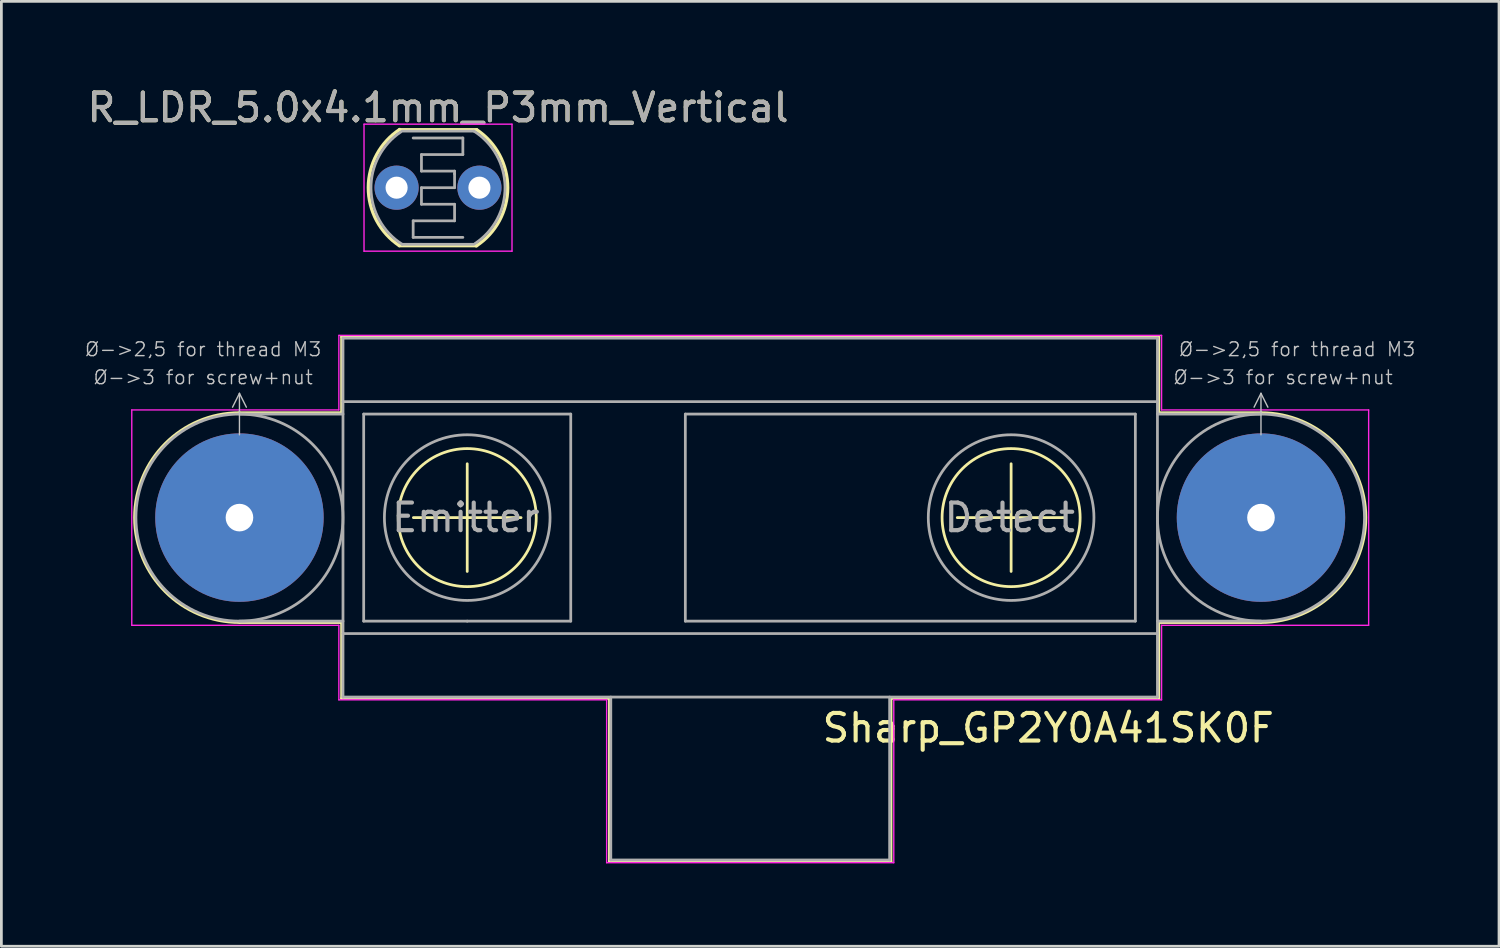
<source format=kicad_pcb>
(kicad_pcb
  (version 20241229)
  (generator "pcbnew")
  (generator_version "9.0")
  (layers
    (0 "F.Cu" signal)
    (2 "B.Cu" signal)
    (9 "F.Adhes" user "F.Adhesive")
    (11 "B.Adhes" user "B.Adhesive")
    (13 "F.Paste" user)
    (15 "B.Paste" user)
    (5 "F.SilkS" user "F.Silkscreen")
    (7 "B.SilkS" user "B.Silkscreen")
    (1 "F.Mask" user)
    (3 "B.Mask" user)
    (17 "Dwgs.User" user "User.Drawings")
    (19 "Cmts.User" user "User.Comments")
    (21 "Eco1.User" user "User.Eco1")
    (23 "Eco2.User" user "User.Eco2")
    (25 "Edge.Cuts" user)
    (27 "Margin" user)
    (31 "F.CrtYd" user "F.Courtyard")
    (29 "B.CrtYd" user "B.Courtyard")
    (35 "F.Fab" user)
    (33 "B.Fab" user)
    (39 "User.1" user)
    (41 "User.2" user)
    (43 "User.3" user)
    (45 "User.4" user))
  (footprint "Sharp_GP2Y0A41SK0F"
    (layer "F.Cu")
    (at 24.123 15.698)
    (property "Reference" "Sharp_GP2Y0A41SK0F" (at 10.795 7.62 0) (layer "F.SilkS") (effects (font (size 1 1) (thickness 0.15))))
    (attr exclude_from_pos_files exclude_from_bom)
    (fp_line (start -18.5 -3.8) (end -14.8 -3.8) (stroke (width 0.1) (type solid)) (layer "F.SilkS"))
    (fp_line (start -14.8 -6.55) (end 14.8 -6.55) (stroke (width 0.1) (type solid)) (layer "F.SilkS"))
    (fp_line (start -14.8 -3.8) (end -14.8 -6.55) (stroke (width 0.1) (type solid)) (layer "F.SilkS"))
    (fp_line (start -14.8 3.8) (end -18.5 3.8) (stroke (width 0.1) (type solid)) (layer "F.SilkS"))
    (fp_line (start -14.8 6.55) (end -14.8 3.8) (stroke (width 0.1) (type solid)) (layer "F.SilkS"))
    (fp_line (start -12.2 0) (end -8.3 0) (stroke (width 0.1) (type solid)) (layer "F.SilkS"))
    (fp_line (start -10.25 -1.95) (end -10.25 1.95) (stroke (width 0.1) (type solid)) (layer "F.SilkS"))
    (fp_line (start -5.1 6.55) (end -14.8 6.55) (stroke (width 0.1) (type solid)) (layer "F.SilkS"))
    (fp_line (start -5.1 12.45) (end -5.1 6.55) (stroke (width 0.1) (type solid)) (layer "F.SilkS"))
    (fp_line (start 5.1 6.55) (end 5.1 12.45) (stroke (width 0.1) (type solid)) (layer "F.SilkS"))
    (fp_line (start 5.1 12.45) (end -5.1 12.45) (stroke (width 0.1) (type solid)) (layer "F.SilkS"))
    (fp_line (start 7.5 0) (end 11.4 0) (stroke (width 0.1) (type solid)) (layer "F.SilkS"))
    (fp_line (start 9.45 -1.95) (end 9.45 1.95) (stroke (width 0.1) (type solid)) (layer "F.SilkS"))
    (fp_line (start 14.8 -6.55) (end 14.8 -3.8) (stroke (width 0.1) (type solid)) (layer "F.SilkS"))
    (fp_line (start 14.8 -3.8) (end 18.5 -3.8) (stroke (width 0.1) (type solid)) (layer "F.SilkS"))
    (fp_line (start 14.8 3.8) (end 14.8 6.55) (stroke (width 0.1) (type solid)) (layer "F.SilkS"))
    (fp_line (start 14.8 6.55) (end 5.1 6.55) (stroke (width 0.1) (type solid)) (layer "F.SilkS"))
    (fp_line (start 18.5 3.8) (end 14.8 3.8) (stroke (width 0.1) (type solid)) (layer "F.SilkS"))
    (fp_arc (start -18.5 3.8) (mid -22.3 0) (end -18.5 -3.8) (stroke (width 0.1) (type solid)) (layer "F.SilkS"))
    (fp_arc (start 18.5 -3.8) (mid 22.3 0) (end 18.5 3.8) (stroke (width 0.1) (type solid)) (layer "F.SilkS"))
    (fp_circle (center -10.25 0) (end -7.75 0) (stroke (width 0.1) (type solid)) (fill no) (layer "F.SilkS"))
    (fp_circle (center 9.45 0) (end 11.95 0) (stroke (width 0.1) (type solid)) (fill no) (layer "F.SilkS"))
    (fp_line (start -18.5 -4.5) (end -18.75 -4) (stroke (width 0.05) (type solid)) (layer "Dwgs.User"))
    (fp_line (start -18.5 -4.5) (end -18.25 -4) (stroke (width 0.05) (type solid)) (layer "Dwgs.User"))
    (fp_line (start -18.5 -3) (end -18.5 -4.5) (stroke (width 0.05) (type solid)) (layer "Dwgs.User"))
    (fp_line (start 18.5 -4.5) (end 18.25 -4) (stroke (width 0.05) (type solid)) (layer "Dwgs.User"))
    (fp_line (start 18.5 -4.5) (end 18.75 -4) (stroke (width 0.05) (type solid)) (layer "Dwgs.User"))
    (fp_line (start 18.5 -3) (end 18.5 -4.5) (stroke (width 0.05) (type solid)) (layer "Dwgs.User"))
    (fp_line (start -22.4 -3.9) (end -14.9 -3.9) (stroke (width 0.05) (type solid)) (layer "F.CrtYd"))
    (fp_line (start -22.4 3.9) (end -22.4 -3.9) (stroke (width 0.05) (type solid)) (layer "F.CrtYd"))
    (fp_line (start -14.9 -6.6) (end 14.9 -6.6) (stroke (width 0.05) (type solid)) (layer "F.CrtYd"))
    (fp_line (start -14.9 -3.9) (end -14.9 -6.6) (stroke (width 0.05) (type solid)) (layer "F.CrtYd"))
    (fp_line (start -14.9 3.9) (end -22.4 3.9) (stroke (width 0.05) (type solid)) (layer "F.CrtYd"))
    (fp_line (start -14.9 6.6) (end -14.9 3.9) (stroke (width 0.05) (type solid)) (layer "F.CrtYd"))
    (fp_line (start -5.2 6.6) (end -14.9 6.6) (stroke (width 0.05) (type solid)) (layer "F.CrtYd"))
    (fp_line (start -5.2 12.5) (end -5.2 6.6) (stroke (width 0.05) (type solid)) (layer "F.CrtYd"))
    (fp_line (start 5.2 6.6) (end 5.2 12.5) (stroke (width 0.05) (type solid)) (layer "F.CrtYd"))
    (fp_line (start 5.2 12.5) (end -5.2 12.5) (stroke (width 0.05) (type solid)) (layer "F.CrtYd"))
    (fp_line (start 14.9 -6.6) (end 14.9 -3.9) (stroke (width 0.05) (type solid)) (layer "F.CrtYd"))
    (fp_line (start 14.9 -3.9) (end 22.4 -3.9) (stroke (width 0.05) (type solid)) (layer "F.CrtYd"))
    (fp_line (start 14.9 3.9) (end 14.9 6.6) (stroke (width 0.05) (type solid)) (layer "F.CrtYd"))
    (fp_line (start 14.9 6.6) (end 5.2 6.6) (stroke (width 0.05) (type solid)) (layer "F.CrtYd"))
    (fp_line (start 22.4 -3.9) (end 22.4 3.9) (stroke (width 0.05) (type solid)) (layer "F.CrtYd"))
    (fp_line (start 22.4 3.9) (end 14.9 3.9) (stroke (width 0.05) (type solid)) (layer "F.CrtYd"))
    (fp_line (start -18.5 -3.75) (end -14.75 -3.75) (stroke (width 0.1) (type solid)) (layer "F.Fab"))
    (fp_line (start -18.5 3.75) (end -14.75 3.75) (stroke (width 0.1) (type solid)) (layer "F.Fab"))
    (fp_line (start -14.75 -6.5) (end 14.75 -6.5) (stroke (width 0.1) (type solid)) (layer "F.Fab"))
    (fp_line (start -14.75 -4.2) (end 14.75 -4.2) (stroke (width 0.1) (type solid)) (layer "F.Fab"))
    (fp_line (start -14.75 6.5) (end -14.75 -6.5) (stroke (width 0.1) (type solid)) (layer "F.Fab"))
    (fp_line (start -14 -3.75) (end -6.5 -3.75) (stroke (width 0.1) (type solid)) (layer "F.Fab"))
    (fp_line (start -14 3.75) (end -14 -3.75) (stroke (width 0.1) (type solid)) (layer "F.Fab"))
    (fp_line (start -10.25 3.75) (end -14 3.75) (stroke (width 0.1) (type solid)) (layer "F.Fab"))
    (fp_line (start -6.5 -3.75) (end -6.5 3.75) (stroke (width 0.1) (type solid)) (layer "F.Fab"))
    (fp_line (start -6.5 3.75) (end -10.25 3.75) (stroke (width 0.1) (type solid)) (layer "F.Fab"))
    (fp_line (start -5.05 12.4) (end -5.05 6.5) (stroke (width 0.1) (type solid)) (layer "F.Fab"))
    (fp_line (start -2.35 -3.75) (end -2.35 3.75) (stroke (width 0.1) (type solid)) (layer "F.Fab"))
    (fp_line (start -2.35 3.75) (end 13.95 3.75) (stroke (width 0.1) (type solid)) (layer "F.Fab"))
    (fp_line (start 5.05 12.4) (end -5.05 12.4) (stroke (width 0.1) (type solid)) (layer "F.Fab"))
    (fp_line (start 5.05 12.4) (end 5.05 6.5) (stroke (width 0.1) (type solid)) (layer "F.Fab"))
    (fp_line (start 13.95 -3.75) (end -2.35 -3.75) (stroke (width 0.1) (type solid)) (layer "F.Fab"))
    (fp_line (start 13.95 3.75) (end 13.95 -3.75) (stroke (width 0.1) (type solid)) (layer "F.Fab"))
    (fp_line (start 14.75 -6.5) (end 14.75 6.5) (stroke (width 0.1) (type solid)) (layer "F.Fab"))
    (fp_line (start 14.75 4.2) (end -14.75 4.2) (stroke (width 0.1) (type solid)) (layer "F.Fab"))
    (fp_line (start 14.75 6.5) (end -14.75 6.5) (stroke (width 0.1) (type solid)) (layer "F.Fab"))
    (fp_line (start 18.5 -3.75) (end 14.75 -3.75) (stroke (width 0.1) (type solid)) (layer "F.Fab"))
    (fp_line (start 18.5 3.75) (end 14.75 3.75) (stroke (width 0.1) (type solid)) (layer "F.Fab"))
    (fp_circle (center -18.5 0) (end -22.25 0) (stroke (width 0.1) (type solid)) (fill no) (layer "F.Fab"))
    (fp_circle (center -10.25 0) (end -7.25 0) (stroke (width 0.1) (type solid)) (fill no) (layer "F.Fab"))
    (fp_circle (center 9.45 0) (end 12.45 0) (stroke (width 0.1) (type solid)) (fill no) (layer "F.Fab"))
    (fp_circle (center 18.5 0) (end 22.25 0) (stroke (width 0.1) (type solid)) (fill no) (layer "F.Fab"))
    (fp_text user "Ø->2,5 for thread M3" (at -19.812 -6.096 0) (layer "Dwgs.User") (effects (font (size 0.5 0.5) (thickness 0.05))))
    (fp_text user "Ø->2,5 for thread M3" (at 19.812 -6.096 0) (layer "Dwgs.User") (effects (font (size 0.5 0.5) (thickness 0.05))))
    (fp_text user "Ø->3 for screw+nut" (at 19.304 -5.08 0) (layer "Dwgs.User") (effects (font (size 0.5 0.5) (thickness 0.05))))
    (fp_text user "Ø->3 for screw+nut" (at -19.812 -5.08 0) (layer "Dwgs.User") (effects (font (size 0.5 0.5) (thickness 0.05))))
    (fp_text user "Detect" (at 9.4 0 0) (layer "F.Fab") (effects (font (size 1 1) (thickness 0.15))))
    (fp_text user "Emitter" (at -10.3 0 0) (layer "F.Fab") (effects (font (size 1 1) (thickness 0.15))))
    (pad "1" thru_hole circle (at -18.5 0) (size 6.1 6.1) (drill 1) (layers "*.Cu" "*.Mask"))
    (pad "2" thru_hole circle (at 18.5 0) (size 6.1 6.1) (drill 1) (layers "*.Cu" "*.Mask")))
  (footprint "R_LDR_5.0x4.1mm_P3mm_Vertical"
    (layer "F.Cu")
    (at 11.315 3.748)
    (property "Reference" "R_LDR_5.0x4.1mm_P3mm_Vertical" (at 1.5 -2.9 0) (layer "F.SilkS") (effects (font (size 1 1) (thickness 0.15))))
    (attr through_hole)
    (fp_line (start 0.1 -2.1) (end 2.9 -2.1) (stroke (width 0.12) (type solid)) (layer "F.SilkS"))
    (fp_line (start 0.1 2.1) (end 2.9 2.1) (stroke (width 0.12) (type solid)) (layer "F.SilkS"))
    (fp_arc (start 0.1 2.1) (mid -1.023872 -0.008372) (end 0.113963 -2.109242) (stroke (width 0.12) (type solid)) (layer "F.SilkS"))
    (fp_arc (start 2.9 -2.1) (mid 4.023872 0.008372) (end 2.886037 2.109242) (stroke (width 0.12) (type solid)) (layer "F.SilkS"))
    (fp_line (start -1.18 -2.3) (end -1.18 2.3) (stroke (width 0.05) (type solid)) (layer "F.CrtYd"))
    (fp_line (start -1.18 -2.3) (end 4.18 -2.3) (stroke (width 0.05) (type solid)) (layer "F.CrtYd"))
    (fp_line (start 4.18 2.3) (end -1.18 2.3) (stroke (width 0.05) (type solid)) (layer "F.CrtYd"))
    (fp_line (start 4.18 2.3) (end 4.18 -2.3) (stroke (width 0.05) (type solid)) (layer "F.CrtYd"))
    (fp_line (start 0.2 -2.05) (end 2.8 -2.05) (stroke (width 0.1) (type solid)) (layer "F.Fab"))
    (fp_line (start 0.6 -1.8) (end 2.4 -1.8) (stroke (width 0.1) (type solid)) (layer "F.Fab"))
    (fp_line (start 0.6 1.2) (end 0.6 1.8) (stroke (width 0.1) (type solid)) (layer "F.Fab"))
    (fp_line (start 0.6 1.2) (end 2.1 1.2) (stroke (width 0.1) (type solid)) (layer "F.Fab"))
    (fp_line (start 0.6 1.8) (end 2.4 1.8) (stroke (width 0.1) (type solid)) (layer "F.Fab"))
    (fp_line (start 0.9 -1.2) (end 2.4 -1.2) (stroke (width 0.1) (type solid)) (layer "F.Fab"))
    (fp_line (start 0.9 -0.6) (end 0.9 -1.2) (stroke (width 0.1) (type solid)) (layer "F.Fab"))
    (fp_line (start 0.9 0) (end 2.1 0) (stroke (width 0.1) (type solid)) (layer "F.Fab"))
    (fp_line (start 0.9 0.6) (end 0.9 0) (stroke (width 0.1) (type solid)) (layer "F.Fab"))
    (fp_line (start 2.1 -0.6) (end 0.9 -0.6) (stroke (width 0.1) (type solid)) (layer "F.Fab"))
    (fp_line (start 2.1 -0.5) (end 2.1 -0.6) (stroke (width 0.1) (type solid)) (layer "F.Fab"))
    (fp_line (start 2.1 0) (end 2.1 -0.5) (stroke (width 0.1) (type solid)) (layer "F.Fab"))
    (fp_line (start 2.1 0.6) (end 0.9 0.6) (stroke (width 0.1) (type solid)) (layer "F.Fab"))
    (fp_line (start 2.1 1.2) (end 2.1 0.6) (stroke (width 0.1) (type solid)) (layer "F.Fab"))
    (fp_line (start 2.4 -1.8) (end 2.4 -1.2) (stroke (width 0.1) (type solid)) (layer "F.Fab"))
    (fp_line (start 2.8 2.05) (end 0.2 2.05) (stroke (width 0.1) (type solid)) (layer "F.Fab"))
    (fp_arc (start 0.2 2.05) (mid -0.927305 0.026239) (end 0.155989 -2.021419) (stroke (width 0.1) (type solid)) (layer "F.Fab"))
    (fp_arc (start 2.8 -2.05) (mid 3.927305 -0.026239) (end 2.844011 2.021419) (stroke (width 0.1) (type solid)) (layer "F.Fab"))
    (fp_text user "${REFERENCE}" (at 1.5 -2.9 0) (layer "F.Fab") (effects (font (size 1 1) (thickness 0.15))))
    (pad "1" thru_hole circle (at 0 0) (size 1.6 1.6) (drill 0.8) (layers "*.Cu" "*.Mask"))
    (pad "2" thru_hole circle (at 3 0) (size 1.6 1.6) (drill 0.8) (layers "*.Cu" "*.Mask")))
  (gr_rect
    (start -3 -3)
    (end 51.245 31.223)
    (stroke (width 0.1) (type default))
    (fill no)
    (layer "Edge.Cuts")))
</source>
